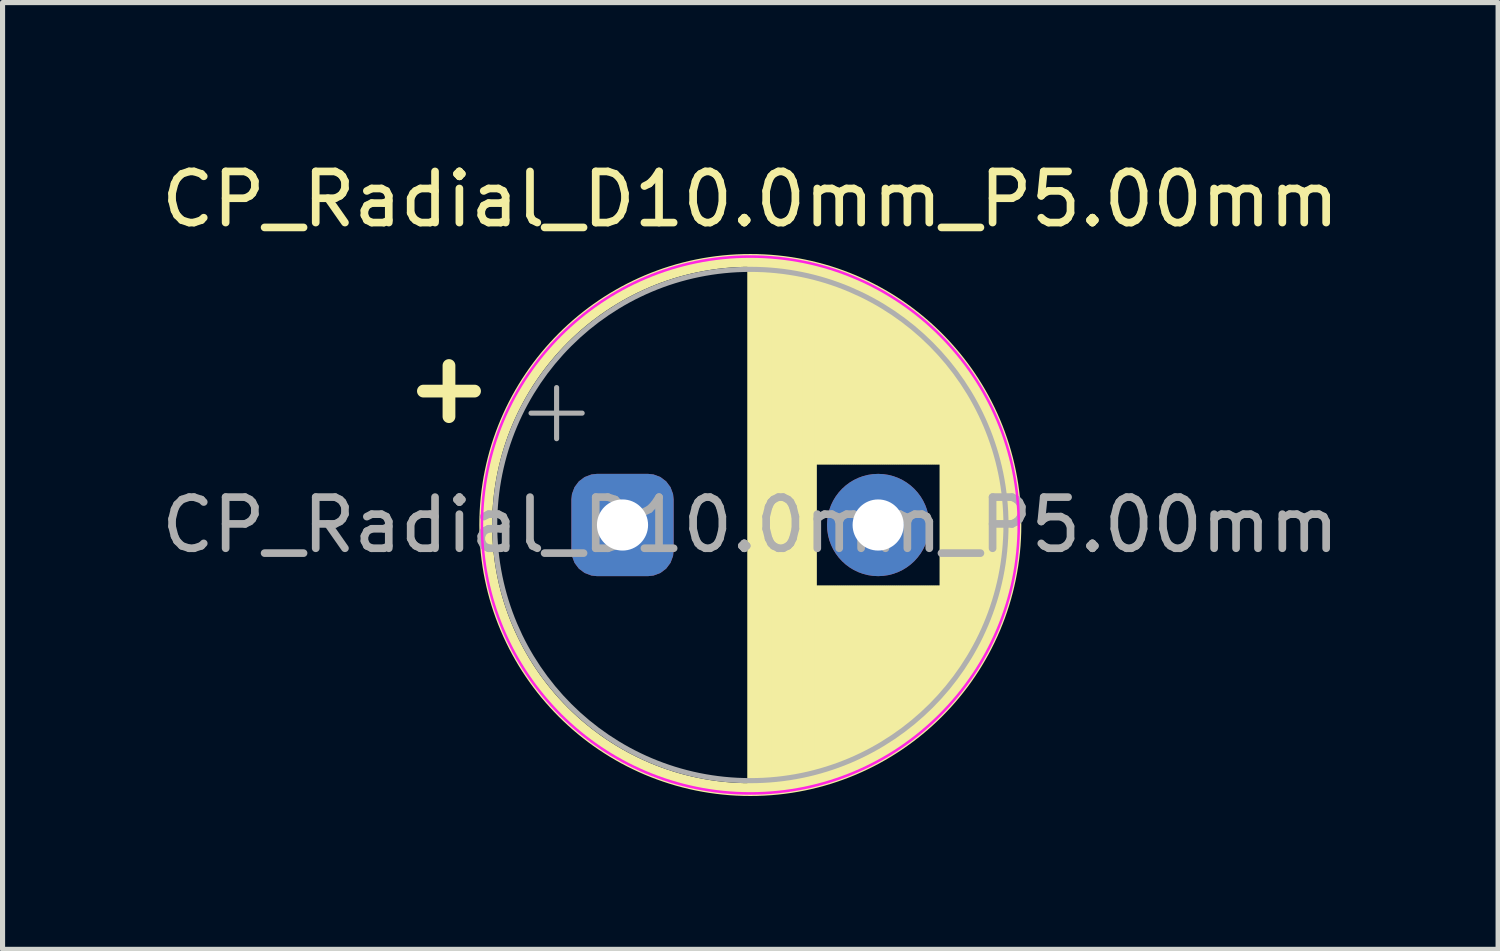
<source format=kicad_pcb>
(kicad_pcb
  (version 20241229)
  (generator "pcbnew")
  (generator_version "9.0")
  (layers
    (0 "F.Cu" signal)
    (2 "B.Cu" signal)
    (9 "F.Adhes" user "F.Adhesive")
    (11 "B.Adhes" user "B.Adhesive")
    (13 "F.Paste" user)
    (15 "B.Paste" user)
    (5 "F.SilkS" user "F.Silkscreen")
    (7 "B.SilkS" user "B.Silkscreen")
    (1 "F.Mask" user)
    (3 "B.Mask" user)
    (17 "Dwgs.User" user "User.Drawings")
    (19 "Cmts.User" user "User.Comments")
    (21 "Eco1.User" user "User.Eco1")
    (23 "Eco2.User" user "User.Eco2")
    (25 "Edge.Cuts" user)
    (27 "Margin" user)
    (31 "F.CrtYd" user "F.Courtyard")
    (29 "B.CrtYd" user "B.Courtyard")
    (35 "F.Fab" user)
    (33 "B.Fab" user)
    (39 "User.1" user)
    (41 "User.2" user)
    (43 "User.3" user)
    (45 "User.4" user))
  (footprint "CP_Radial_D10.0mm_P5.00mm"
    (layer "F.Cu")
    (at 9.125 7.218)
    (property "Reference" "CP_Radial_D10.0mm_P5.00mm" (at 2.5 -6.37 0) (layer "F.SilkS") (effects (font (size 1 1) (thickness 0.15))))
    (attr through_hole)
    (fp_line (start -3.894 -2.619) (end -2.894 -2.619) (stroke (width 0.25) (type solid)) (layer "F.SilkS"))
    (fp_line (start -3.394 -3.119) (end -3.394 -2.119) (stroke (width 0.25) (type solid)) (layer "F.SilkS"))
    (fp_line (start 2.5 -5.08) (end 2.5 5.08) (stroke (width 0.12) (type solid)) (layer "F.SilkS"))
    (fp_line (start 2.54 -5.08) (end 2.54 5.08) (stroke (width 0.12) (type solid)) (layer "F.SilkS"))
    (fp_line (start 2.58 -5.08) (end 2.58 5.08) (stroke (width 0.12) (type solid)) (layer "F.SilkS"))
    (fp_line (start 2.62 -5.079) (end 2.62 5.079) (stroke (width 0.12) (type solid)) (layer "F.SilkS"))
    (fp_line (start 2.66 -5.078) (end 2.66 5.078) (stroke (width 0.12) (type solid)) (layer "F.SilkS"))
    (fp_line (start 2.7 -5.077) (end 2.7 5.077) (stroke (width 0.12) (type solid)) (layer "F.SilkS"))
    (fp_line (start 2.74 -5.075) (end 2.74 5.075) (stroke (width 0.12) (type solid)) (layer "F.SilkS"))
    (fp_line (start 2.78 -5.073) (end 2.78 5.073) (stroke (width 0.12) (type solid)) (layer "F.SilkS"))
    (fp_line (start 2.82 -5.07) (end 2.82 5.07) (stroke (width 0.12) (type solid)) (layer "F.SilkS"))
    (fp_line (start 2.86 -5.068) (end 2.86 5.068) (stroke (width 0.12) (type solid)) (layer "F.SilkS"))
    (fp_line (start 2.9 -5.065) (end 2.9 5.065) (stroke (width 0.12) (type solid)) (layer "F.SilkS"))
    (fp_line (start 2.94 -5.062) (end 2.94 5.062) (stroke (width 0.12) (type solid)) (layer "F.SilkS"))
    (fp_line (start 2.98 -5.058) (end 2.98 5.058) (stroke (width 0.12) (type solid)) (layer "F.SilkS"))
    (fp_line (start 3.02 -5.054) (end 3.02 5.054) (stroke (width 0.12) (type solid)) (layer "F.SilkS"))
    (fp_line (start 3.06 -5.05) (end 3.06 5.05) (stroke (width 0.12) (type solid)) (layer "F.SilkS"))
    (fp_line (start 3.1 -5.045) (end 3.1 5.045) (stroke (width 0.12) (type solid)) (layer "F.SilkS"))
    (fp_line (start 3.14 -5.04) (end 3.14 5.04) (stroke (width 0.12) (type solid)) (layer "F.SilkS"))
    (fp_line (start 3.18 -5.035) (end 3.18 5.035) (stroke (width 0.12) (type solid)) (layer "F.SilkS"))
    (fp_line (start 3.221 -5.03) (end 3.221 5.03) (stroke (width 0.12) (type solid)) (layer "F.SilkS"))
    (fp_line (start 3.261 -5.024) (end 3.261 5.024) (stroke (width 0.12) (type solid)) (layer "F.SilkS"))
    (fp_line (start 3.301 -5.018) (end 3.301 5.018) (stroke (width 0.12) (type solid)) (layer "F.SilkS"))
    (fp_line (start 3.341 -5.011) (end 3.341 5.011) (stroke (width 0.12) (type solid)) (layer "F.SilkS"))
    (fp_line (start 3.381 -5.004) (end 3.381 5.004) (stroke (width 0.12) (type solid)) (layer "F.SilkS"))
    (fp_line (start 3.421 -4.997) (end 3.421 4.997) (stroke (width 0.12) (type solid)) (layer "F.SilkS"))
    (fp_line (start 3.461 -4.99) (end 3.461 4.99) (stroke (width 0.12) (type solid)) (layer "F.SilkS"))
    (fp_line (start 3.501 -4.982) (end 3.501 4.982) (stroke (width 0.12) (type solid)) (layer "F.SilkS"))
    (fp_line (start 3.541 -4.974) (end 3.541 4.974) (stroke (width 0.12) (type solid)) (layer "F.SilkS"))
    (fp_line (start 3.581 -4.965) (end 3.581 4.965) (stroke (width 0.12) (type solid)) (layer "F.SilkS"))
    (fp_line (start 3.621 -4.956) (end 3.621 4.956) (stroke (width 0.12) (type solid)) (layer "F.SilkS"))
    (fp_line (start 3.661 -4.947) (end 3.661 4.947) (stroke (width 0.12) (type solid)) (layer "F.SilkS"))
    (fp_line (start 3.701 -4.938) (end 3.701 4.938) (stroke (width 0.12) (type solid)) (layer "F.SilkS"))
    (fp_line (start 3.741 -4.928) (end 3.741 4.928) (stroke (width 0.12) (type solid)) (layer "F.SilkS"))
    (fp_line (start 3.781 -4.918) (end 3.781 -1.241) (stroke (width 0.12) (type solid)) (layer "F.SilkS"))
    (fp_line (start 3.781 1.241) (end 3.781 4.918) (stroke (width 0.12) (type solid)) (layer "F.SilkS"))
    (fp_line (start 3.821 -4.907) (end 3.821 -1.241) (stroke (width 0.12) (type solid)) (layer "F.SilkS"))
    (fp_line (start 3.821 1.241) (end 3.821 4.907) (stroke (width 0.12) (type solid)) (layer "F.SilkS"))
    (fp_line (start 3.861 -4.897) (end 3.861 -1.241) (stroke (width 0.12) (type solid)) (layer "F.SilkS"))
    (fp_line (start 3.861 1.241) (end 3.861 4.897) (stroke (width 0.12) (type solid)) (layer "F.SilkS"))
    (fp_line (start 3.901 -4.885) (end 3.901 -1.241) (stroke (width 0.12) (type solid)) (layer "F.SilkS"))
    (fp_line (start 3.901 1.241) (end 3.901 4.885) (stroke (width 0.12) (type solid)) (layer "F.SilkS"))
    (fp_line (start 3.941 -4.874) (end 3.941 -1.241) (stroke (width 0.12) (type solid)) (layer "F.SilkS"))
    (fp_line (start 3.941 1.241) (end 3.941 4.874) (stroke (width 0.12) (type solid)) (layer "F.SilkS"))
    (fp_line (start 3.981 -4.862) (end 3.981 -1.241) (stroke (width 0.12) (type solid)) (layer "F.SilkS"))
    (fp_line (start 3.981 1.241) (end 3.981 4.862) (stroke (width 0.12) (type solid)) (layer "F.SilkS"))
    (fp_line (start 4.021 -4.85) (end 4.021 -1.241) (stroke (width 0.12) (type solid)) (layer "F.SilkS"))
    (fp_line (start 4.021 1.241) (end 4.021 4.85) (stroke (width 0.12) (type solid)) (layer "F.SilkS"))
    (fp_line (start 4.061 -4.837) (end 4.061 -1.241) (stroke (width 0.12) (type solid)) (layer "F.SilkS"))
    (fp_line (start 4.061 1.241) (end 4.061 4.837) (stroke (width 0.12) (type solid)) (layer "F.SilkS"))
    (fp_line (start 4.101 -4.824) (end 4.101 -1.241) (stroke (width 0.12) (type solid)) (layer "F.SilkS"))
    (fp_line (start 4.101 1.241) (end 4.101 4.824) (stroke (width 0.12) (type solid)) (layer "F.SilkS"))
    (fp_line (start 4.141 -4.811) (end 4.141 -1.241) (stroke (width 0.12) (type solid)) (layer "F.SilkS"))
    (fp_line (start 4.141 1.241) (end 4.141 4.811) (stroke (width 0.12) (type solid)) (layer "F.SilkS"))
    (fp_line (start 4.181 -4.797) (end 4.181 -1.241) (stroke (width 0.12) (type solid)) (layer "F.SilkS"))
    (fp_line (start 4.181 1.241) (end 4.181 4.797) (stroke (width 0.12) (type solid)) (layer "F.SilkS"))
    (fp_line (start 4.221 -4.783) (end 4.221 -1.241) (stroke (width 0.12) (type solid)) (layer "F.SilkS"))
    (fp_line (start 4.221 1.241) (end 4.221 4.783) (stroke (width 0.12) (type solid)) (layer "F.SilkS"))
    (fp_line (start 4.261 -4.768) (end 4.261 -1.241) (stroke (width 0.12) (type solid)) (layer "F.SilkS"))
    (fp_line (start 4.261 1.241) (end 4.261 4.768) (stroke (width 0.12) (type solid)) (layer "F.SilkS"))
    (fp_line (start 4.301 -4.754) (end 4.301 -1.241) (stroke (width 0.12) (type solid)) (layer "F.SilkS"))
    (fp_line (start 4.301 1.241) (end 4.301 4.754) (stroke (width 0.12) (type solid)) (layer "F.SilkS"))
    (fp_line (start 4.341 -4.738) (end 4.341 -1.241) (stroke (width 0.12) (type solid)) (layer "F.SilkS"))
    (fp_line (start 4.341 1.241) (end 4.341 4.738) (stroke (width 0.12) (type solid)) (layer "F.SilkS"))
    (fp_line (start 4.381 -4.723) (end 4.381 -1.241) (stroke (width 0.12) (type solid)) (layer "F.SilkS"))
    (fp_line (start 4.381 1.241) (end 4.381 4.723) (stroke (width 0.12) (type solid)) (layer "F.SilkS"))
    (fp_line (start 4.421 -4.707) (end 4.421 -1.241) (stroke (width 0.12) (type solid)) (layer "F.SilkS"))
    (fp_line (start 4.421 1.241) (end 4.421 4.707) (stroke (width 0.12) (type solid)) (layer "F.SilkS"))
    (fp_line (start 4.461 -4.69) (end 4.461 -1.241) (stroke (width 0.12) (type solid)) (layer "F.SilkS"))
    (fp_line (start 4.461 1.241) (end 4.461 4.69) (stroke (width 0.12) (type solid)) (layer "F.SilkS"))
    (fp_line (start 4.501 -4.674) (end 4.501 -1.241) (stroke (width 0.12) (type solid)) (layer "F.SilkS"))
    (fp_line (start 4.501 1.241) (end 4.501 4.674) (stroke (width 0.12) (type solid)) (layer "F.SilkS"))
    (fp_line (start 4.541 -4.657) (end 4.541 -1.241) (stroke (width 0.12) (type solid)) (layer "F.SilkS"))
    (fp_line (start 4.541 1.241) (end 4.541 4.657) (stroke (width 0.12) (type solid)) (layer "F.SilkS"))
    (fp_line (start 4.581 -4.639) (end 4.581 -1.241) (stroke (width 0.12) (type solid)) (layer "F.SilkS"))
    (fp_line (start 4.581 1.241) (end 4.581 4.639) (stroke (width 0.12) (type solid)) (layer "F.SilkS"))
    (fp_line (start 4.621 -4.621) (end 4.621 -1.241) (stroke (width 0.12) (type solid)) (layer "F.SilkS"))
    (fp_line (start 4.621 1.241) (end 4.621 4.621) (stroke (width 0.12) (type solid)) (layer "F.SilkS"))
    (fp_line (start 4.661 -4.603) (end 4.661 -1.241) (stroke (width 0.12) (type solid)) (layer "F.SilkS"))
    (fp_line (start 4.661 1.241) (end 4.661 4.603) (stroke (width 0.12) (type solid)) (layer "F.SilkS"))
    (fp_line (start 4.701 -4.584) (end 4.701 -1.241) (stroke (width 0.12) (type solid)) (layer "F.SilkS"))
    (fp_line (start 4.701 1.241) (end 4.701 4.584) (stroke (width 0.12) (type solid)) (layer "F.SilkS"))
    (fp_line (start 4.741 -4.564) (end 4.741 -1.241) (stroke (width 0.12) (type solid)) (layer "F.SilkS"))
    (fp_line (start 4.741 1.241) (end 4.741 4.564) (stroke (width 0.12) (type solid)) (layer "F.SilkS"))
    (fp_line (start 4.781 -4.545) (end 4.781 -1.241) (stroke (width 0.12) (type solid)) (layer "F.SilkS"))
    (fp_line (start 4.781 1.241) (end 4.781 4.545) (stroke (width 0.12) (type solid)) (layer "F.SilkS"))
    (fp_line (start 4.821 -4.525) (end 4.821 -1.241) (stroke (width 0.12) (type solid)) (layer "F.SilkS"))
    (fp_line (start 4.821 1.241) (end 4.821 4.525) (stroke (width 0.12) (type solid)) (layer "F.SilkS"))
    (fp_line (start 4.861 -4.504) (end 4.861 -1.241) (stroke (width 0.12) (type solid)) (layer "F.SilkS"))
    (fp_line (start 4.861 1.241) (end 4.861 4.504) (stroke (width 0.12) (type solid)) (layer "F.SilkS"))
    (fp_line (start 4.901 -4.483) (end 4.901 -1.241) (stroke (width 0.12) (type solid)) (layer "F.SilkS"))
    (fp_line (start 4.901 1.241) (end 4.901 4.483) (stroke (width 0.12) (type solid)) (layer "F.SilkS"))
    (fp_line (start 4.941 -4.462) (end 4.941 -1.241) (stroke (width 0.12) (type solid)) (layer "F.SilkS"))
    (fp_line (start 4.941 1.241) (end 4.941 4.462) (stroke (width 0.12) (type solid)) (layer "F.SilkS"))
    (fp_line (start 4.981 -4.44) (end 4.981 -1.241) (stroke (width 0.12) (type solid)) (layer "F.SilkS"))
    (fp_line (start 4.981 1.241) (end 4.981 4.44) (stroke (width 0.12) (type solid)) (layer "F.SilkS"))
    (fp_line (start 5.021 -4.417) (end 5.021 -1.241) (stroke (width 0.12) (type solid)) (layer "F.SilkS"))
    (fp_line (start 5.021 1.241) (end 5.021 4.417) (stroke (width 0.12) (type solid)) (layer "F.SilkS"))
    (fp_line (start 5.061 -4.395) (end 5.061 -1.241) (stroke (width 0.12) (type solid)) (layer "F.SilkS"))
    (fp_line (start 5.061 1.241) (end 5.061 4.395) (stroke (width 0.12) (type solid)) (layer "F.SilkS"))
    (fp_line (start 5.101 -4.371) (end 5.101 -1.241) (stroke (width 0.12) (type solid)) (layer "F.SilkS"))
    (fp_line (start 5.101 1.241) (end 5.101 4.371) (stroke (width 0.12) (type solid)) (layer "F.SilkS"))
    (fp_line (start 5.141 -4.347) (end 5.141 -1.241) (stroke (width 0.12) (type solid)) (layer "F.SilkS"))
    (fp_line (start 5.141 1.241) (end 5.141 4.347) (stroke (width 0.12) (type solid)) (layer "F.SilkS"))
    (fp_line (start 5.181 -4.323) (end 5.181 -1.241) (stroke (width 0.12) (type solid)) (layer "F.SilkS"))
    (fp_line (start 5.181 1.241) (end 5.181 4.323) (stroke (width 0.12) (type solid)) (layer "F.SilkS"))
    (fp_line (start 5.221 -4.298) (end 5.221 -1.241) (stroke (width 0.12) (type solid)) (layer "F.SilkS"))
    (fp_line (start 5.221 1.241) (end 5.221 4.298) (stroke (width 0.12) (type solid)) (layer "F.SilkS"))
    (fp_line (start 5.261 -4.273) (end 5.261 -1.241) (stroke (width 0.12) (type solid)) (layer "F.SilkS"))
    (fp_line (start 5.261 1.241) (end 5.261 4.273) (stroke (width 0.12) (type solid)) (layer "F.SilkS"))
    (fp_line (start 5.301 -4.247) (end 5.301 -1.241) (stroke (width 0.12) (type solid)) (layer "F.SilkS"))
    (fp_line (start 5.301 1.241) (end 5.301 4.247) (stroke (width 0.12) (type solid)) (layer "F.SilkS"))
    (fp_line (start 5.341 -4.221) (end 5.341 -1.241) (stroke (width 0.12) (type solid)) (layer "F.SilkS"))
    (fp_line (start 5.341 1.241) (end 5.341 4.221) (stroke (width 0.12) (type solid)) (layer "F.SilkS"))
    (fp_line (start 5.381 -4.194) (end 5.381 -1.241) (stroke (width 0.12) (type solid)) (layer "F.SilkS"))
    (fp_line (start 5.381 1.241) (end 5.381 4.194) (stroke (width 0.12) (type solid)) (layer "F.SilkS"))
    (fp_line (start 5.421 -4.166) (end 5.421 -1.241) (stroke (width 0.12) (type solid)) (layer "F.SilkS"))
    (fp_line (start 5.421 1.241) (end 5.421 4.166) (stroke (width 0.12) (type solid)) (layer "F.SilkS"))
    (fp_line (start 5.461 -4.138) (end 5.461 -1.241) (stroke (width 0.12) (type solid)) (layer "F.SilkS"))
    (fp_line (start 5.461 1.241) (end 5.461 4.138) (stroke (width 0.12) (type solid)) (layer "F.SilkS"))
    (fp_line (start 5.501 -4.11) (end 5.501 -1.241) (stroke (width 0.12) (type solid)) (layer "F.SilkS"))
    (fp_line (start 5.501 1.241) (end 5.501 4.11) (stroke (width 0.12) (type solid)) (layer "F.SilkS"))
    (fp_line (start 5.541 -4.08) (end 5.541 -1.241) (stroke (width 0.12) (type solid)) (layer "F.SilkS"))
    (fp_line (start 5.541 1.241) (end 5.541 4.08) (stroke (width 0.12) (type solid)) (layer "F.SilkS"))
    (fp_line (start 5.581 -4.05) (end 5.581 -1.241) (stroke (width 0.12) (type solid)) (layer "F.SilkS"))
    (fp_line (start 5.581 1.241) (end 5.581 4.05) (stroke (width 0.12) (type solid)) (layer "F.SilkS"))
    (fp_line (start 5.621 -4.02) (end 5.621 -1.241) (stroke (width 0.12) (type solid)) (layer "F.SilkS"))
    (fp_line (start 5.621 1.241) (end 5.621 4.02) (stroke (width 0.12) (type solid)) (layer "F.SilkS"))
    (fp_line (start 5.661 -3.989) (end 5.661 -1.241) (stroke (width 0.12) (type solid)) (layer "F.SilkS"))
    (fp_line (start 5.661 1.241) (end 5.661 3.989) (stroke (width 0.12) (type solid)) (layer "F.SilkS"))
    (fp_line (start 5.701 -3.957) (end 5.701 -1.241) (stroke (width 0.12) (type solid)) (layer "F.SilkS"))
    (fp_line (start 5.701 1.241) (end 5.701 3.957) (stroke (width 0.12) (type solid)) (layer "F.SilkS"))
    (fp_line (start 5.741 -3.925) (end 5.741 -1.241) (stroke (width 0.12) (type solid)) (layer "F.SilkS"))
    (fp_line (start 5.741 1.241) (end 5.741 3.925) (stroke (width 0.12) (type solid)) (layer "F.SilkS"))
    (fp_line (start 5.781 -3.892) (end 5.781 -1.241) (stroke (width 0.12) (type solid)) (layer "F.SilkS"))
    (fp_line (start 5.781 1.241) (end 5.781 3.892) (stroke (width 0.12) (type solid)) (layer "F.SilkS"))
    (fp_line (start 5.821 -3.858) (end 5.821 -1.241) (stroke (width 0.12) (type solid)) (layer "F.SilkS"))
    (fp_line (start 5.821 1.241) (end 5.821 3.858) (stroke (width 0.12) (type solid)) (layer "F.SilkS"))
    (fp_line (start 5.861 -3.824) (end 5.861 -1.241) (stroke (width 0.12) (type solid)) (layer "F.SilkS"))
    (fp_line (start 5.861 1.241) (end 5.861 3.824) (stroke (width 0.12) (type solid)) (layer "F.SilkS"))
    (fp_line (start 5.901 -3.789) (end 5.901 -1.241) (stroke (width 0.12) (type solid)) (layer "F.SilkS"))
    (fp_line (start 5.901 1.241) (end 5.901 3.789) (stroke (width 0.12) (type solid)) (layer "F.SilkS"))
    (fp_line (start 5.941 -3.753) (end 5.941 -1.241) (stroke (width 0.12) (type solid)) (layer "F.SilkS"))
    (fp_line (start 5.941 1.241) (end 5.941 3.753) (stroke (width 0.12) (type solid)) (layer "F.SilkS"))
    (fp_line (start 5.981 -3.716) (end 5.981 -1.241) (stroke (width 0.12) (type solid)) (layer "F.SilkS"))
    (fp_line (start 5.981 1.241) (end 5.981 3.716) (stroke (width 0.12) (type solid)) (layer "F.SilkS"))
    (fp_line (start 6.021 -3.679) (end 6.021 -1.241) (stroke (width 0.12) (type solid)) (layer "F.SilkS"))
    (fp_line (start 6.021 1.241) (end 6.021 3.679) (stroke (width 0.12) (type solid)) (layer "F.SilkS"))
    (fp_line (start 6.061 -3.64) (end 6.061 -1.241) (stroke (width 0.12) (type solid)) (layer "F.SilkS"))
    (fp_line (start 6.061 1.241) (end 6.061 3.64) (stroke (width 0.12) (type solid)) (layer "F.SilkS"))
    (fp_line (start 6.101 -3.601) (end 6.101 -1.241) (stroke (width 0.12) (type solid)) (layer "F.SilkS"))
    (fp_line (start 6.101 1.241) (end 6.101 3.601) (stroke (width 0.12) (type solid)) (layer "F.SilkS"))
    (fp_line (start 6.141 -3.561) (end 6.141 -1.241) (stroke (width 0.12) (type solid)) (layer "F.SilkS"))
    (fp_line (start 6.141 1.241) (end 6.141 3.561) (stroke (width 0.12) (type solid)) (layer "F.SilkS"))
    (fp_line (start 6.181 -3.52) (end 6.181 -1.241) (stroke (width 0.12) (type solid)) (layer "F.SilkS"))
    (fp_line (start 6.181 1.241) (end 6.181 3.52) (stroke (width 0.12) (type solid)) (layer "F.SilkS"))
    (fp_line (start 6.221 -3.478) (end 6.221 -1.241) (stroke (width 0.12) (type solid)) (layer "F.SilkS"))
    (fp_line (start 6.221 1.241) (end 6.221 3.478) (stroke (width 0.12) (type solid)) (layer "F.SilkS"))
    (fp_line (start 6.261 -3.436) (end 6.261 3.436) (stroke (width 0.12) (type solid)) (layer "F.SilkS"))
    (fp_line (start 6.301 -3.392) (end 6.301 3.392) (stroke (width 0.12) (type solid)) (layer "F.SilkS"))
    (fp_line (start 6.341 -3.347) (end 6.341 3.347) (stroke (width 0.12) (type solid)) (layer "F.SilkS"))
    (fp_line (start 6.381 -3.301) (end 6.381 3.301) (stroke (width 0.12) (type solid)) (layer "F.SilkS"))
    (fp_line (start 6.421 -3.254) (end 6.421 3.254) (stroke (width 0.12) (type solid)) (layer "F.SilkS"))
    (fp_line (start 6.461 -3.206) (end 6.461 3.206) (stroke (width 0.12) (type solid)) (layer "F.SilkS"))
    (fp_line (start 6.501 -3.156) (end 6.501 3.156) (stroke (width 0.12) (type solid)) (layer "F.SilkS"))
    (fp_line (start 6.541 -3.106) (end 6.541 3.106) (stroke (width 0.12) (type solid)) (layer "F.SilkS"))
    (fp_line (start 6.581 -3.054) (end 6.581 3.054) (stroke (width 0.12) (type solid)) (layer "F.SilkS"))
    (fp_line (start 6.621 -3) (end 6.621 3) (stroke (width 0.12) (type solid)) (layer "F.SilkS"))
    (fp_line (start 6.661 -2.945) (end 6.661 2.945) (stroke (width 0.12) (type solid)) (layer "F.SilkS"))
    (fp_line (start 6.701 -2.889) (end 6.701 2.889) (stroke (width 0.12) (type solid)) (layer "F.SilkS"))
    (fp_line (start 6.741 -2.83) (end 6.741 2.83) (stroke (width 0.12) (type solid)) (layer "F.SilkS"))
    (fp_line (start 6.781 -2.77) (end 6.781 2.77) (stroke (width 0.12) (type solid)) (layer "F.SilkS"))
    (fp_line (start 6.821 -2.709) (end 6.821 2.709) (stroke (width 0.12) (type solid)) (layer "F.SilkS"))
    (fp_line (start 6.861 -2.645) (end 6.861 2.645) (stroke (width 0.12) (type solid)) (layer "F.SilkS"))
    (fp_line (start 6.901 -2.579) (end 6.901 2.579) (stroke (width 0.12) (type solid)) (layer "F.SilkS"))
    (fp_line (start 6.941 -2.51) (end 6.941 2.51) (stroke (width 0.12) (type solid)) (layer "F.SilkS"))
    (fp_line (start 6.981 -2.439) (end 6.981 2.439) (stroke (width 0.12) (type solid)) (layer "F.SilkS"))
    (fp_line (start 7.021 -2.365) (end 7.021 2.365) (stroke (width 0.12) (type solid)) (layer "F.SilkS"))
    (fp_line (start 7.061 -2.289) (end 7.061 2.289) (stroke (width 0.12) (type solid)) (layer "F.SilkS"))
    (fp_line (start 7.101 -2.209) (end 7.101 2.209) (stroke (width 0.12) (type solid)) (layer "F.SilkS"))
    (fp_line (start 7.141 -2.125) (end 7.141 2.125) (stroke (width 0.12) (type solid)) (layer "F.SilkS"))
    (fp_line (start 7.181 -2.037) (end 7.181 2.037) (stroke (width 0.12) (type solid)) (layer "F.SilkS"))
    (fp_line (start 7.221 -1.944) (end 7.221 1.944) (stroke (width 0.12) (type solid)) (layer "F.SilkS"))
    (fp_line (start 7.261 -1.846) (end 7.261 1.846) (stroke (width 0.12) (type solid)) (layer "F.SilkS"))
    (fp_line (start 7.301 -1.742) (end 7.301 1.742) (stroke (width 0.12) (type solid)) (layer "F.SilkS"))
    (fp_line (start 7.341 -1.63) (end 7.341 1.63) (stroke (width 0.12) (type solid)) (layer "F.SilkS"))
    (fp_line (start 7.381 -1.51) (end 7.381 1.51) (stroke (width 0.12) (type solid)) (layer "F.SilkS"))
    (fp_line (start 7.421 -1.378) (end 7.421 1.378) (stroke (width 0.12) (type solid)) (layer "F.SilkS"))
    (fp_line (start 7.461 -1.23) (end 7.461 1.23) (stroke (width 0.12) (type solid)) (layer "F.SilkS"))
    (fp_line (start 7.501 -1.062) (end 7.501 1.062) (stroke (width 0.12) (type solid)) (layer "F.SilkS"))
    (fp_line (start 7.541 -0.862) (end 7.541 0.862) (stroke (width 0.12) (type solid)) (layer "F.SilkS"))
    (fp_line (start 7.581 -0.599) (end 7.581 0.599) (stroke (width 0.12) (type solid)) (layer "F.SilkS"))
    (fp_circle (center 2.5 0) (end 7.675 0.003) (stroke (width 0.25) (type solid)) (fill no) (layer "F.SilkS"))
    (fp_circle (center 2.5 0) (end 7.75 0) (stroke (width 0.05) (type solid)) (fill no) (layer "F.CrtYd"))
    (fp_line (start -1.789 -2.188) (end -0.789 -2.188) (stroke (width 0.1) (type solid)) (layer "F.Fab"))
    (fp_line (start -1.289 -2.688) (end -1.289 -1.688) (stroke (width 0.1) (type solid)) (layer "F.Fab"))
    (fp_circle (center 2.5 0) (end 7.5 0) (stroke (width 0.1) (type solid)) (fill no) (layer "F.Fab"))
    (fp_text user "${REFERENCE}" (at 2.5 0 0) (layer "F.Fab") (effects (font (size 1 1) (thickness 0.15))))
    (pad "1" thru_hole roundrect (at 0 0) (size 2 2) (drill 1) (layers "*.Cu" "*.Mask") (roundrect_rratio 0.25))
    (pad "2" thru_hole circle (at 5 0) (size 2 2) (drill 1) (layers "*.Cu" "*.Mask")))
  (gr_rect
    (start -3 -3)
    (end 26.25 15.518)
    (stroke (width 0.1) (type default))
    (fill no)
    (layer "Edge.Cuts")))
</source>
